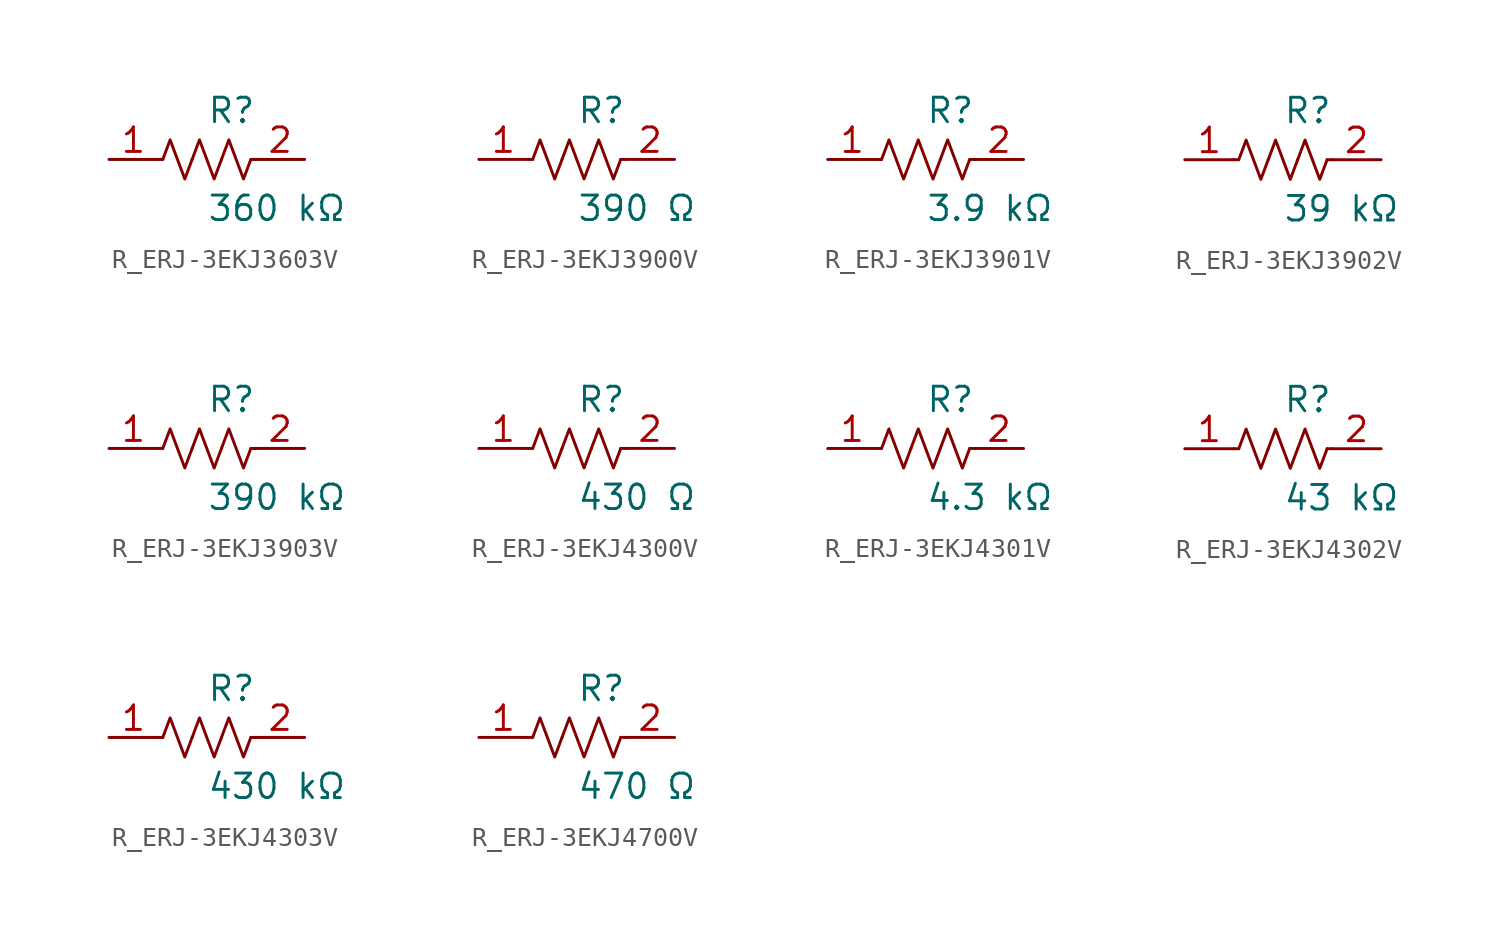
<source format=kicad_sym>
(kicad_symbol_lib
  (version 20231120)
  (generator kicad_symbol_editor)
  (generator_version 8.0)
  (symbol "R_ERJ-3EKJ3603V"
    (pin_names
      (offset 0.254))
    (property "Reference" "R"
      (at 0.0 2.54 0)
      (effects (font (size 1.27 1.27)) (justify left)))
    (property "Value" "360 kΩ"
      (at 0.0 -2.54 0)
      (effects (font (size 1.27 1.27)) (justify left)))
    (symbol "R_ERJ-3EKJ3603V_0_1"
      (polyline (pts (xy 2.286 0) (xy 2.54 0)) (stroke (width 0) (type default)) (fill (type none)))
      (polyline (pts (xy -2.286 0) (xy -2.54 0)) (stroke (width 0) (type default)) (fill (type none)))
      (polyline (pts (xy 0.762 0) (xy 1.143 1.016) (xy 1.524 0) (xy 1.905 -1.016) (xy 2.286 0)) (stroke (width 0) (type default)) (fill (type none)))
      (polyline (pts (xy -0.762 0) (xy -0.381 1.016) (xy 0 0) (xy 0.381 -1.016) (xy 0.762 0)) (stroke (width 0) (type default)) (fill (type none)))
      (polyline (pts (xy -2.286 0) (xy -1.905 1.016) (xy -1.524 0) (xy -1.143 -1.016) (xy -0.762 0)) (stroke (width 0) (type default)) (fill (type none))))
    (pin unspecified line
      (at -5.08 0 0)
      (length 2.54)
      (name "" (effects (font (size 1.27 1.27))))
      (number "1" (effects (font (size 1.27 1.27)))))
    (pin unspecified line
      (at 5.08 0 180)
      (length 2.54)
      (name "" (effects (font (size 1.27 1.27))))
      (number "2" (effects (font (size 1.27 1.27))))))
  (symbol "R_ERJ-3EKJ3900V"
    (pin_names
      (offset 0.254))
    (property "Reference" "R"
      (at 0.0 2.54 0)
      (effects (font (size 1.27 1.27)) (justify left)))
    (property "Value" "390 Ω"
      (at 0.0 -2.54 0)
      (effects (font (size 1.27 1.27)) (justify left)))
    (symbol "R_ERJ-3EKJ3900V_0_1"
      (polyline (pts (xy 2.286 0) (xy 2.54 0)) (stroke (width 0) (type default)) (fill (type none)))
      (polyline (pts (xy -2.286 0) (xy -2.54 0)) (stroke (width 0) (type default)) (fill (type none)))
      (polyline (pts (xy 0.762 0) (xy 1.143 1.016) (xy 1.524 0) (xy 1.905 -1.016) (xy 2.286 0)) (stroke (width 0) (type default)) (fill (type none)))
      (polyline (pts (xy -0.762 0) (xy -0.381 1.016) (xy 0 0) (xy 0.381 -1.016) (xy 0.762 0)) (stroke (width 0) (type default)) (fill (type none)))
      (polyline (pts (xy -2.286 0) (xy -1.905 1.016) (xy -1.524 0) (xy -1.143 -1.016) (xy -0.762 0)) (stroke (width 0) (type default)) (fill (type none))))
    (pin unspecified line
      (at -5.08 0 0)
      (length 2.54)
      (name "" (effects (font (size 1.27 1.27))))
      (number "1" (effects (font (size 1.27 1.27)))))
    (pin unspecified line
      (at 5.08 0 180)
      (length 2.54)
      (name "" (effects (font (size 1.27 1.27))))
      (number "2" (effects (font (size 1.27 1.27))))))
  (symbol "R_ERJ-3EKJ3901V"
    (pin_names
      (offset 0.254))
    (property "Reference" "R"
      (at 0.0 2.54 0)
      (effects (font (size 1.27 1.27)) (justify left)))
    (property "Value" "3.9 kΩ"
      (at 0.0 -2.54 0)
      (effects (font (size 1.27 1.27)) (justify left)))
    (symbol "R_ERJ-3EKJ3901V_0_1"
      (polyline (pts (xy 2.286 0) (xy 2.54 0)) (stroke (width 0) (type default)) (fill (type none)))
      (polyline (pts (xy -2.286 0) (xy -2.54 0)) (stroke (width 0) (type default)) (fill (type none)))
      (polyline (pts (xy 0.762 0) (xy 1.143 1.016) (xy 1.524 0) (xy 1.905 -1.016) (xy 2.286 0)) (stroke (width 0) (type default)) (fill (type none)))
      (polyline (pts (xy -0.762 0) (xy -0.381 1.016) (xy 0 0) (xy 0.381 -1.016) (xy 0.762 0)) (stroke (width 0) (type default)) (fill (type none)))
      (polyline (pts (xy -2.286 0) (xy -1.905 1.016) (xy -1.524 0) (xy -1.143 -1.016) (xy -0.762 0)) (stroke (width 0) (type default)) (fill (type none))))
    (pin unspecified line
      (at -5.08 0 0)
      (length 2.54)
      (name "" (effects (font (size 1.27 1.27))))
      (number "1" (effects (font (size 1.27 1.27)))))
    (pin unspecified line
      (at 5.08 0 180)
      (length 2.54)
      (name "" (effects (font (size 1.27 1.27))))
      (number "2" (effects (font (size 1.27 1.27))))))
  (symbol "R_ERJ-3EKJ3902V"
    (pin_names
      (offset 0.254))
    (property "Reference" "R"
      (at 0.0 2.54 0)
      (effects (font (size 1.27 1.27)) (justify left)))
    (property "Value" "39 kΩ"
      (at 0.0 -2.54 0)
      (effects (font (size 1.27 1.27)) (justify left)))
    (symbol "R_ERJ-3EKJ3902V_0_1"
      (polyline (pts (xy 2.286 0) (xy 2.54 0)) (stroke (width 0) (type default)) (fill (type none)))
      (polyline (pts (xy -2.286 0) (xy -2.54 0)) (stroke (width 0) (type default)) (fill (type none)))
      (polyline (pts (xy 0.762 0) (xy 1.143 1.016) (xy 1.524 0) (xy 1.905 -1.016) (xy 2.286 0)) (stroke (width 0) (type default)) (fill (type none)))
      (polyline (pts (xy -0.762 0) (xy -0.381 1.016) (xy 0 0) (xy 0.381 -1.016) (xy 0.762 0)) (stroke (width 0) (type default)) (fill (type none)))
      (polyline (pts (xy -2.286 0) (xy -1.905 1.016) (xy -1.524 0) (xy -1.143 -1.016) (xy -0.762 0)) (stroke (width 0) (type default)) (fill (type none))))
    (pin unspecified line
      (at -5.08 0 0)
      (length 2.54)
      (name "" (effects (font (size 1.27 1.27))))
      (number "1" (effects (font (size 1.27 1.27)))))
    (pin unspecified line
      (at 5.08 0 180)
      (length 2.54)
      (name "" (effects (font (size 1.27 1.27))))
      (number "2" (effects (font (size 1.27 1.27))))))
  (symbol "R_ERJ-3EKJ3903V"
    (pin_names
      (offset 0.254))
    (property "Reference" "R"
      (at 0.0 2.54 0)
      (effects (font (size 1.27 1.27)) (justify left)))
    (property "Value" "390 kΩ"
      (at 0.0 -2.54 0)
      (effects (font (size 1.27 1.27)) (justify left)))
    (symbol "R_ERJ-3EKJ3903V_0_1"
      (polyline (pts (xy 2.286 0) (xy 2.54 0)) (stroke (width 0) (type default)) (fill (type none)))
      (polyline (pts (xy -2.286 0) (xy -2.54 0)) (stroke (width 0) (type default)) (fill (type none)))
      (polyline (pts (xy 0.762 0) (xy 1.143 1.016) (xy 1.524 0) (xy 1.905 -1.016) (xy 2.286 0)) (stroke (width 0) (type default)) (fill (type none)))
      (polyline (pts (xy -0.762 0) (xy -0.381 1.016) (xy 0 0) (xy 0.381 -1.016) (xy 0.762 0)) (stroke (width 0) (type default)) (fill (type none)))
      (polyline (pts (xy -2.286 0) (xy -1.905 1.016) (xy -1.524 0) (xy -1.143 -1.016) (xy -0.762 0)) (stroke (width 0) (type default)) (fill (type none))))
    (pin unspecified line
      (at -5.08 0 0)
      (length 2.54)
      (name "" (effects (font (size 1.27 1.27))))
      (number "1" (effects (font (size 1.27 1.27)))))
    (pin unspecified line
      (at 5.08 0 180)
      (length 2.54)
      (name "" (effects (font (size 1.27 1.27))))
      (number "2" (effects (font (size 1.27 1.27))))))
  (symbol "R_ERJ-3EKJ4300V"
    (pin_names
      (offset 0.254))
    (property "Reference" "R"
      (at 0.0 2.54 0)
      (effects (font (size 1.27 1.27)) (justify left)))
    (property "Value" "430 Ω"
      (at 0.0 -2.54 0)
      (effects (font (size 1.27 1.27)) (justify left)))
    (symbol "R_ERJ-3EKJ4300V_0_1"
      (polyline (pts (xy 2.286 0) (xy 2.54 0)) (stroke (width 0) (type default)) (fill (type none)))
      (polyline (pts (xy -2.286 0) (xy -2.54 0)) (stroke (width 0) (type default)) (fill (type none)))
      (polyline (pts (xy 0.762 0) (xy 1.143 1.016) (xy 1.524 0) (xy 1.905 -1.016) (xy 2.286 0)) (stroke (width 0) (type default)) (fill (type none)))
      (polyline (pts (xy -0.762 0) (xy -0.381 1.016) (xy 0 0) (xy 0.381 -1.016) (xy 0.762 0)) (stroke (width 0) (type default)) (fill (type none)))
      (polyline (pts (xy -2.286 0) (xy -1.905 1.016) (xy -1.524 0) (xy -1.143 -1.016) (xy -0.762 0)) (stroke (width 0) (type default)) (fill (type none))))
    (pin unspecified line
      (at -5.08 0 0)
      (length 2.54)
      (name "" (effects (font (size 1.27 1.27))))
      (number "1" (effects (font (size 1.27 1.27)))))
    (pin unspecified line
      (at 5.08 0 180)
      (length 2.54)
      (name "" (effects (font (size 1.27 1.27))))
      (number "2" (effects (font (size 1.27 1.27))))))
  (symbol "R_ERJ-3EKJ4301V"
    (pin_names
      (offset 0.254))
    (property "Reference" "R"
      (at 0.0 2.54 0)
      (effects (font (size 1.27 1.27)) (justify left)))
    (property "Value" "4.3 kΩ"
      (at 0.0 -2.54 0)
      (effects (font (size 1.27 1.27)) (justify left)))
    (symbol "R_ERJ-3EKJ4301V_0_1"
      (polyline (pts (xy 2.286 0) (xy 2.54 0)) (stroke (width 0) (type default)) (fill (type none)))
      (polyline (pts (xy -2.286 0) (xy -2.54 0)) (stroke (width 0) (type default)) (fill (type none)))
      (polyline (pts (xy 0.762 0) (xy 1.143 1.016) (xy 1.524 0) (xy 1.905 -1.016) (xy 2.286 0)) (stroke (width 0) (type default)) (fill (type none)))
      (polyline (pts (xy -0.762 0) (xy -0.381 1.016) (xy 0 0) (xy 0.381 -1.016) (xy 0.762 0)) (stroke (width 0) (type default)) (fill (type none)))
      (polyline (pts (xy -2.286 0) (xy -1.905 1.016) (xy -1.524 0) (xy -1.143 -1.016) (xy -0.762 0)) (stroke (width 0) (type default)) (fill (type none))))
    (pin unspecified line
      (at -5.08 0 0)
      (length 2.54)
      (name "" (effects (font (size 1.27 1.27))))
      (number "1" (effects (font (size 1.27 1.27)))))
    (pin unspecified line
      (at 5.08 0 180)
      (length 2.54)
      (name "" (effects (font (size 1.27 1.27))))
      (number "2" (effects (font (size 1.27 1.27))))))
  (symbol "R_ERJ-3EKJ4302V"
    (pin_names
      (offset 0.254))
    (property "Reference" "R"
      (at 0.0 2.54 0)
      (effects (font (size 1.27 1.27)) (justify left)))
    (property "Value" "43 kΩ"
      (at 0.0 -2.54 0)
      (effects (font (size 1.27 1.27)) (justify left)))
    (symbol "R_ERJ-3EKJ4302V_0_1"
      (polyline (pts (xy 2.286 0) (xy 2.54 0)) (stroke (width 0) (type default)) (fill (type none)))
      (polyline (pts (xy -2.286 0) (xy -2.54 0)) (stroke (width 0) (type default)) (fill (type none)))
      (polyline (pts (xy 0.762 0) (xy 1.143 1.016) (xy 1.524 0) (xy 1.905 -1.016) (xy 2.286 0)) (stroke (width 0) (type default)) (fill (type none)))
      (polyline (pts (xy -0.762 0) (xy -0.381 1.016) (xy 0 0) (xy 0.381 -1.016) (xy 0.762 0)) (stroke (width 0) (type default)) (fill (type none)))
      (polyline (pts (xy -2.286 0) (xy -1.905 1.016) (xy -1.524 0) (xy -1.143 -1.016) (xy -0.762 0)) (stroke (width 0) (type default)) (fill (type none))))
    (pin unspecified line
      (at -5.08 0 0)
      (length 2.54)
      (name "" (effects (font (size 1.27 1.27))))
      (number "1" (effects (font (size 1.27 1.27)))))
    (pin unspecified line
      (at 5.08 0 180)
      (length 2.54)
      (name "" (effects (font (size 1.27 1.27))))
      (number "2" (effects (font (size 1.27 1.27))))))
  (symbol "R_ERJ-3EKJ4303V"
    (pin_names
      (offset 0.254))
    (property "Reference" "R"
      (at 0.0 2.54 0)
      (effects (font (size 1.27 1.27)) (justify left)))
    (property "Value" "430 kΩ"
      (at 0.0 -2.54 0)
      (effects (font (size 1.27 1.27)) (justify left)))
    (symbol "R_ERJ-3EKJ4303V_0_1"
      (polyline (pts (xy 2.286 0) (xy 2.54 0)) (stroke (width 0) (type default)) (fill (type none)))
      (polyline (pts (xy -2.286 0) (xy -2.54 0)) (stroke (width 0) (type default)) (fill (type none)))
      (polyline (pts (xy 0.762 0) (xy 1.143 1.016) (xy 1.524 0) (xy 1.905 -1.016) (xy 2.286 0)) (stroke (width 0) (type default)) (fill (type none)))
      (polyline (pts (xy -0.762 0) (xy -0.381 1.016) (xy 0 0) (xy 0.381 -1.016) (xy 0.762 0)) (stroke (width 0) (type default)) (fill (type none)))
      (polyline (pts (xy -2.286 0) (xy -1.905 1.016) (xy -1.524 0) (xy -1.143 -1.016) (xy -0.762 0)) (stroke (width 0) (type default)) (fill (type none))))
    (pin unspecified line
      (at -5.08 0 0)
      (length 2.54)
      (name "" (effects (font (size 1.27 1.27))))
      (number "1" (effects (font (size 1.27 1.27)))))
    (pin unspecified line
      (at 5.08 0 180)
      (length 2.54)
      (name "" (effects (font (size 1.27 1.27))))
      (number "2" (effects (font (size 1.27 1.27))))))
  (symbol "R_ERJ-3EKJ4700V"
    (pin_names
      (offset 0.254))
    (property "Reference" "R"
      (at 0.0 2.54 0)
      (effects (font (size 1.27 1.27)) (justify left)))
    (property "Value" "470 Ω"
      (at 0.0 -2.54 0)
      (effects (font (size 1.27 1.27)) (justify left)))
    (symbol "R_ERJ-3EKJ4700V_0_1"
      (polyline (pts (xy 2.286 0) (xy 2.54 0)) (stroke (width 0) (type default)) (fill (type none)))
      (polyline (pts (xy -2.286 0) (xy -2.54 0)) (stroke (width 0) (type default)) (fill (type none)))
      (polyline (pts (xy 0.762 0) (xy 1.143 1.016) (xy 1.524 0) (xy 1.905 -1.016) (xy 2.286 0)) (stroke (width 0) (type default)) (fill (type none)))
      (polyline (pts (xy -0.762 0) (xy -0.381 1.016) (xy 0 0) (xy 0.381 -1.016) (xy 0.762 0)) (stroke (width 0) (type default)) (fill (type none)))
      (polyline (pts (xy -2.286 0) (xy -1.905 1.016) (xy -1.524 0) (xy -1.143 -1.016) (xy -0.762 0)) (stroke (width 0) (type default)) (fill (type none))))
    (pin unspecified line
      (at -5.08 0 0)
      (length 2.54)
      (name "" (effects (font (size 1.27 1.27))))
      (number "1" (effects (font (size 1.27 1.27)))))
    (pin unspecified line
      (at 5.08 0 180)
      (length 2.54)
      (name "" (effects (font (size 1.27 1.27))))
      (number "2" (effects (font (size 1.27 1.27)))))))
</source>
